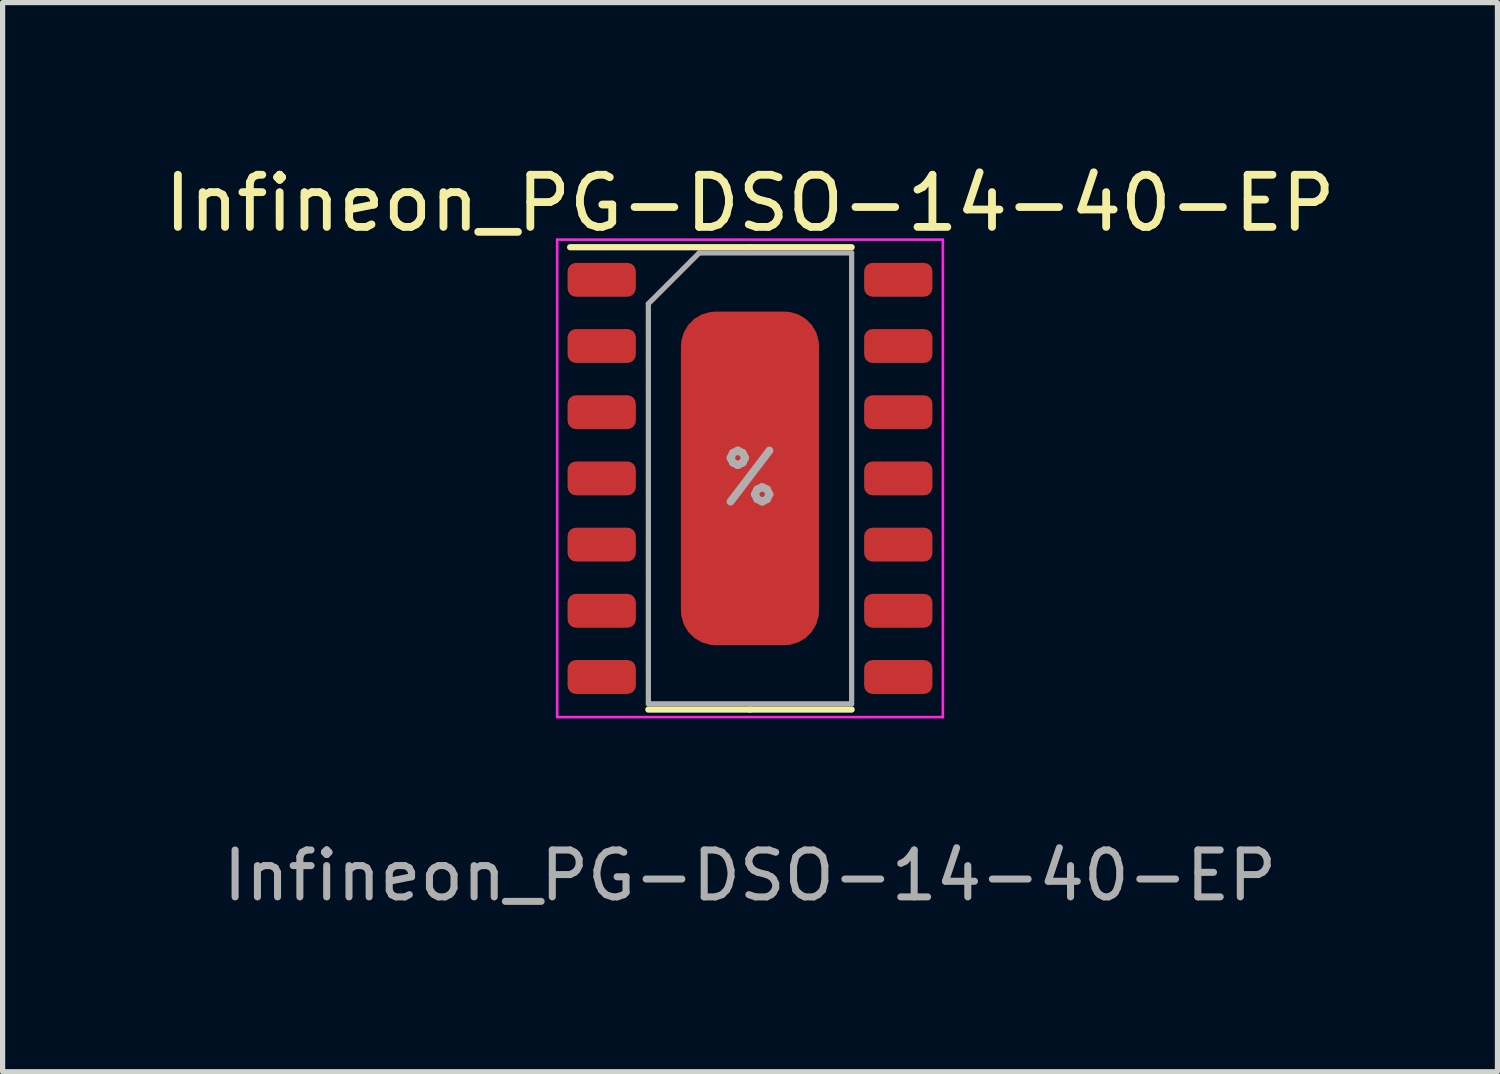
<source format=kicad_pcb>
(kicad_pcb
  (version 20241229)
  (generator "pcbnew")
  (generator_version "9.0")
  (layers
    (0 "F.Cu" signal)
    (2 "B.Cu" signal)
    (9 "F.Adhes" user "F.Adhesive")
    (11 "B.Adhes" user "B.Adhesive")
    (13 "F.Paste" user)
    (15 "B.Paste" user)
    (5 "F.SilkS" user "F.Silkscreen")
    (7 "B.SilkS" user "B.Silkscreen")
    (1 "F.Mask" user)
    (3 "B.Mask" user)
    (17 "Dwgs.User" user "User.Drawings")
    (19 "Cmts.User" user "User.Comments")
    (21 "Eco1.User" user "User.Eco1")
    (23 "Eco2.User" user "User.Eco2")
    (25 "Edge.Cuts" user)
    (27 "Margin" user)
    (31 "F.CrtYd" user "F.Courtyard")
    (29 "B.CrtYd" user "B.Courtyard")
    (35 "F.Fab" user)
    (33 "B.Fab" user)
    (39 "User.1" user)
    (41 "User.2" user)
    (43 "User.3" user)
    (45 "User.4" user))
  (footprint "Infineon_PG-DSO-14-40-EP"
    (layer "F.Cu")
    (at 11.339 6.128)
    (property "Reference" "Infineon_PG-DSO-14-40-EP" (at 0 -5.28 0) (layer "F.SilkS") (effects (font (size 1 1) (thickness 0.15))))
    (attr smd)
    (fp_line (start 0 -4.435) (end -3.45 -4.435) (stroke (width 0.12) (type solid)) (layer "F.SilkS"))
    (fp_line (start 0 -4.435) (end 1.95 -4.435) (stroke (width 0.12) (type solid)) (layer "F.SilkS"))
    (fp_line (start 0 4.435) (end -1.95 4.435) (stroke (width 0.12) (type solid)) (layer "F.SilkS"))
    (fp_line (start 0 4.435) (end 1.95 4.435) (stroke (width 0.12) (type solid)) (layer "F.SilkS"))
    (fp_line (start -3.7 -4.58) (end -3.7 4.58) (stroke (width 0.05) (type solid)) (layer "F.CrtYd"))
    (fp_line (start -3.7 4.58) (end 3.7 4.58) (stroke (width 0.05) (type solid)) (layer "F.CrtYd"))
    (fp_line (start 3.7 -4.58) (end -3.7 -4.58) (stroke (width 0.05) (type solid)) (layer "F.CrtYd"))
    (fp_line (start 3.7 4.58) (end 3.7 -4.58) (stroke (width 0.05) (type solid)) (layer "F.CrtYd"))
    (fp_line (start -1.95 -3.35) (end -0.975 -4.325) (stroke (width 0.1) (type solid)) (layer "F.Fab"))
    (fp_line (start -1.95 4.325) (end -1.95 -3.35) (stroke (width 0.1) (type solid)) (layer "F.Fab"))
    (fp_line (start -0.975 -4.325) (end 1.95 -4.325) (stroke (width 0.1) (type solid)) (layer "F.Fab"))
    (fp_line (start 1.95 -4.325) (end 1.95 4.325) (stroke (width 0.1) (type solid)) (layer "F.Fab"))
    (fp_line (start 1.95 4.325) (end -1.95 4.325) (stroke (width 0.1) (type solid)) (layer "F.Fab"))
    (fp_text user "%" (at 0 0 0) (layer "F.Fab") (effects (font (size 0.98 0.98) (thickness 0.15))))
    (fp_text user "${REFERENCE}" (at 0 7.62 0) (layer "F.Fab") (effects (font (size 0.9 0.9) (thickness 0.135))))
    (pad "1" smd roundrect (at -2.845 -3.81) (size 1.31 0.65) (layers "F.Cu" "F.Mask" "F.Paste") (roundrect_rratio 0.25))
    (pad "2" smd roundrect (at -2.845 -2.54) (size 1.31 0.65) (layers "F.Cu" "F.Mask" "F.Paste") (roundrect_rratio 0.25))
    (pad "3" smd roundrect (at -2.845 -1.27) (size 1.31 0.65) (layers "F.Cu" "F.Mask" "F.Paste") (roundrect_rratio 0.25))
    (pad "4" smd roundrect (at -2.845 0) (size 1.31 0.65) (layers "F.Cu" "F.Mask" "F.Paste") (roundrect_rratio 0.25))
    (pad "5" smd roundrect (at -2.845 1.27) (size 1.31 0.65) (layers "F.Cu" "F.Mask" "F.Paste") (roundrect_rratio 0.25))
    (pad "6" smd roundrect (at -2.845 2.54) (size 1.31 0.65) (layers "F.Cu" "F.Mask" "F.Paste") (roundrect_rratio 0.25))
    (pad "7" smd roundrect (at -2.845 3.81) (size 1.31 0.65) (layers "F.Cu" "F.Mask" "F.Paste") (roundrect_rratio 0.25))
    (pad "8" smd roundrect (at 2.845 3.81) (size 1.31 0.65) (layers "F.Cu" "F.Mask" "F.Paste") (roundrect_rratio 0.25))
    (pad "9" smd roundrect (at 2.845 2.54) (size 1.31 0.65) (layers "F.Cu" "F.Mask" "F.Paste") (roundrect_rratio 0.25))
    (pad "10" smd roundrect (at 2.845 1.27) (size 1.31 0.65) (layers "F.Cu" "F.Mask" "F.Paste") (roundrect_rratio 0.25))
    (pad "11" smd roundrect (at 2.845 0) (size 1.31 0.65) (layers "F.Cu" "F.Mask" "F.Paste") (roundrect_rratio 0.25))
    (pad "12" smd roundrect (at 2.845 -1.27) (size 1.31 0.65) (layers "F.Cu" "F.Mask" "F.Paste") (roundrect_rratio 0.25))
    (pad "13" smd roundrect (at 2.845 -2.54) (size 1.31 0.65) (layers "F.Cu" "F.Mask" "F.Paste") (roundrect_rratio 0.25))
    (pad "14" smd roundrect (at 2.845 -3.81) (size 1.31 0.65) (layers "F.Cu" "F.Mask" "F.Paste") (roundrect_rratio 0.25))
    (pad "15" smd roundrect (at 0 0) (size 2.65 6.4) (layers "F.Cu" "F.Mask" "F.Paste") (roundrect_rratio 0.25)))
  (gr_rect
    (start -3 -3)
    (end 25.679 17.512)
    (stroke (width 0.1) (type default))
    (fill no)
    (layer "Edge.Cuts")))
</source>
